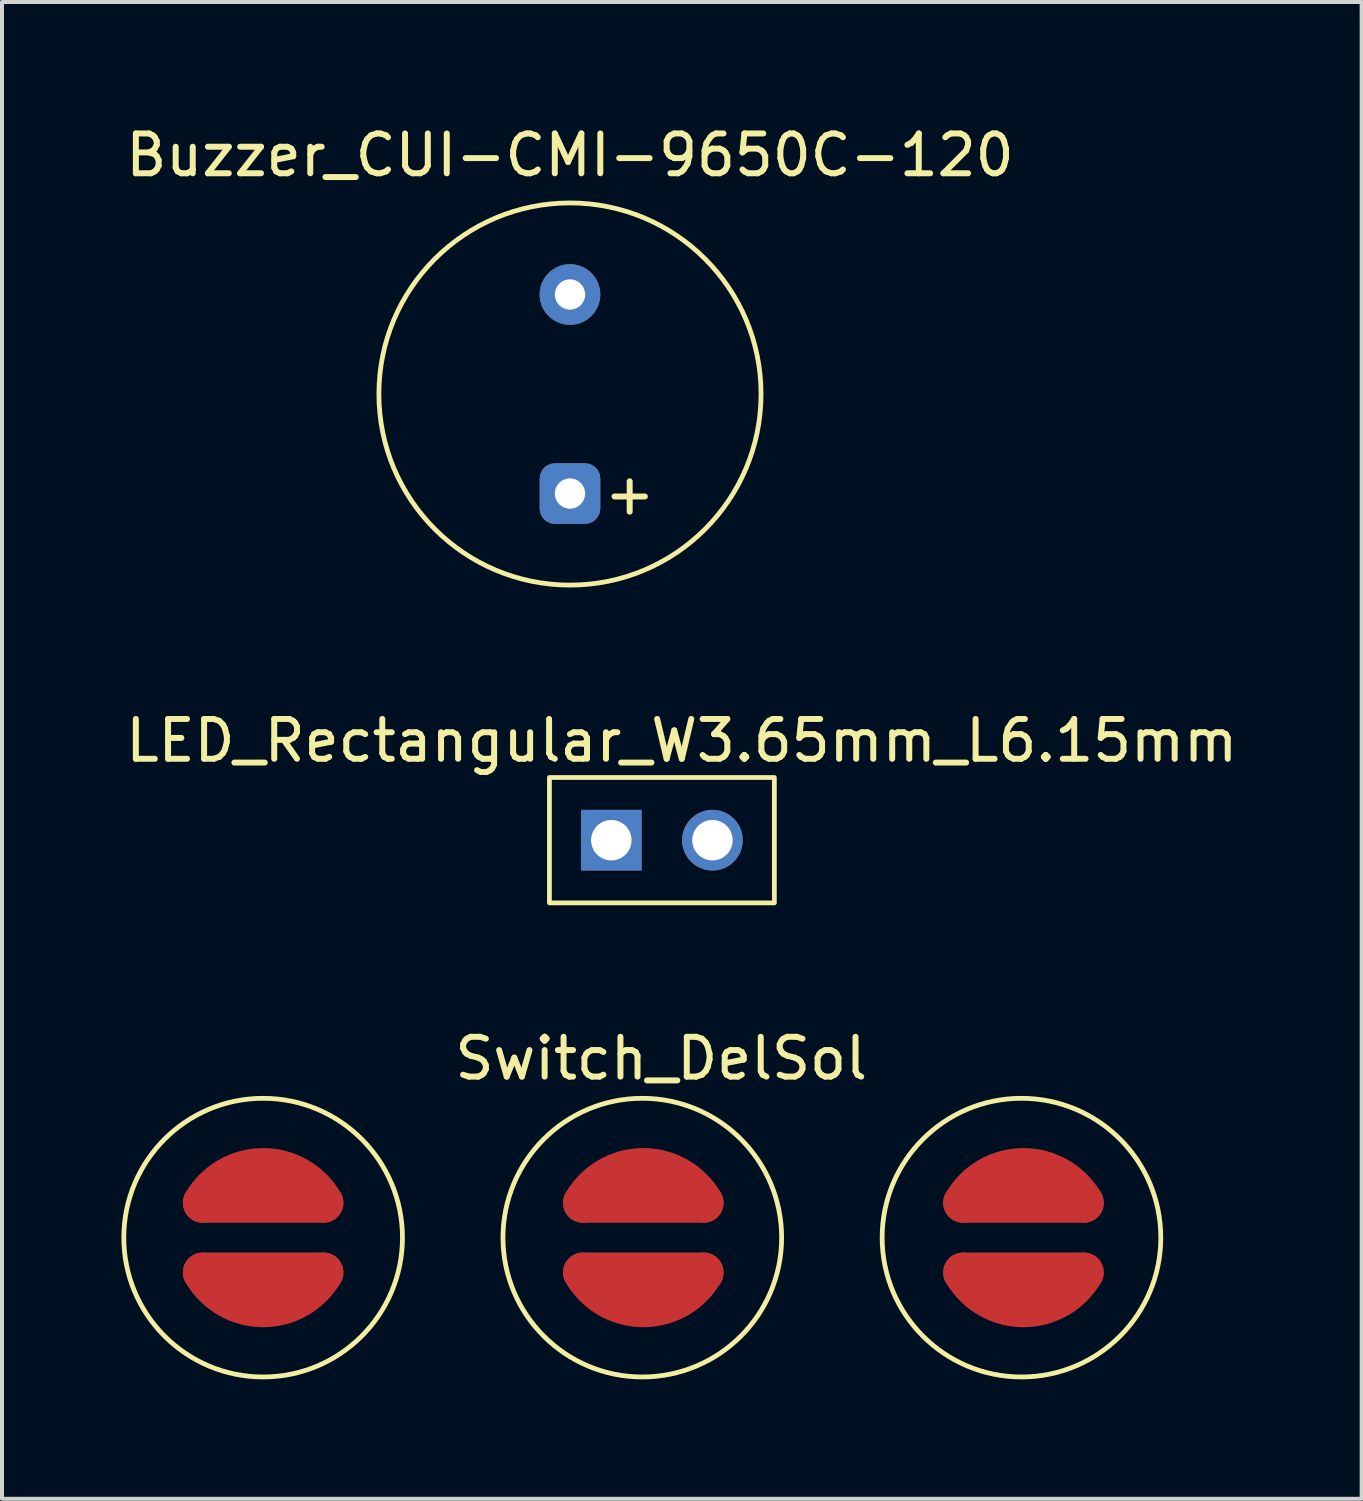
<source format=kicad_pcb>
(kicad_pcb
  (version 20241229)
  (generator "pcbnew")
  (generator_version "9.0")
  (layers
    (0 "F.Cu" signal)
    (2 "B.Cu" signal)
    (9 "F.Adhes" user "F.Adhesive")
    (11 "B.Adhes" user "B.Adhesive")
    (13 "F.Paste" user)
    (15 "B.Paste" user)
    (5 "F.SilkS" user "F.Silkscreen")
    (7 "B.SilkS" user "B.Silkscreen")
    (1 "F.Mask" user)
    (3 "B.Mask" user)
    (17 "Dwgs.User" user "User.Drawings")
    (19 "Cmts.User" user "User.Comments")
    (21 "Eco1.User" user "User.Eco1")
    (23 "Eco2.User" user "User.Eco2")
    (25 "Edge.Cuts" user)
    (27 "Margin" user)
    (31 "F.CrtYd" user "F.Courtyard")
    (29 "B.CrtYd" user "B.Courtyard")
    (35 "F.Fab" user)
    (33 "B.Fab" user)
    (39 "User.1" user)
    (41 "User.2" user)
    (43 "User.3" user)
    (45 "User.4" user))
  (footprint "Switch_DelSol"
    (layer "F.Cu")
    (at 3.56 28.04)
    (property "Reference" "Switch_DelSol" (at 10 -4.5 0) (unlocked yes) (layer "F.SilkS") (effects (font (size 1 1) (thickness 0.15))))
    (attr smd)
    (fp_line (start -1.516 -0.875) (end 1.516 -0.875) (stroke (width 1) (type solid)) (layer "F.Cu"))
    (fp_line (start 1.516 0.875) (end -1.516 0.875) (stroke (width 1) (type solid)) (layer "F.Cu"))
    (fp_line (start 8.034 -0.875) (end 11.066 -0.875) (stroke (width 1) (type solid)) (layer "F.Cu"))
    (fp_line (start 11.066 0.875) (end 8.034 0.875) (stroke (width 1) (type solid)) (layer "F.Cu"))
    (fp_line (start 17.584 -0.875) (end 20.616 -0.875) (stroke (width 1) (type solid)) (layer "F.Cu"))
    (fp_line (start 20.616 0.875) (end 17.584 0.875) (stroke (width 1) (type solid)) (layer "F.Cu"))
    (fp_arc (start -1.516 -0.875) (mid 0 -1.750263) (end 1.516 -0.875) (stroke (width 1) (type solid)) (layer "F.Cu"))
    (fp_arc (start 1.516 0.875) (mid 0 1.750263) (end -1.516 0.875) (stroke (width 1) (type solid)) (layer "F.Cu"))
    (fp_arc (start 8.034 -0.875) (mid 9.55 -1.750263) (end 11.066 -0.875) (stroke (width 1) (type solid)) (layer "F.Cu"))
    (fp_arc (start 11.066 0.875) (mid 9.55 1.750263) (end 8.034 0.875) (stroke (width 1) (type solid)) (layer "F.Cu"))
    (fp_arc (start 17.584 -0.875) (mid 19.1 -1.750263) (end 20.616 -0.875) (stroke (width 1) (type solid)) (layer "F.Cu"))
    (fp_arc (start 20.616 0.875) (mid 19.1 1.750263) (end 17.584 0.875) (stroke (width 1) (type solid)) (layer "F.Cu"))
    (fp_poly (pts (arc (start 1.516 -0.875) (mid 0 -1.750263) (end -1.516 -0.875))) (stroke (width 1) (type solid)) (fill no) (layer "F.Mask"))
    (fp_poly (pts (arc (start 1.516 0.875) (mid 0 1.750263) (end -1.516 0.875))) (stroke (width 1) (type solid)) (fill no) (layer "F.Mask"))
    (fp_poly (pts (arc (start 8.034 0.875) (mid 9.55 1.750263) (end 11.066 0.875))) (stroke (width 1) (type solid)) (fill no) (layer "F.Mask"))
    (fp_poly (pts (arc (start 11.066 -0.875) (mid 9.55 -1.750263) (end 8.034 -0.875))) (stroke (width 1) (type solid)) (fill no) (layer "F.Mask"))
    (fp_poly (pts (arc (start 17.584 0.875) (mid 19.1 1.750263) (end 20.616 0.875))) (stroke (width 1) (type solid)) (fill no) (layer "F.Mask"))
    (fp_poly (pts (arc (start 20.616 -0.875) (mid 19.1 -1.750263) (end 17.584 -0.875))) (stroke (width 1) (type solid)) (fill no) (layer "F.Mask"))
    (fp_circle (center 0 0) (end 3.5 0) (stroke (width 0.12) (type solid)) (fill no) (layer "F.SilkS"))
    (fp_circle (center 9.525 0) (end 13.025 0) (stroke (width 0.12) (type solid)) (fill no) (layer "F.SilkS"))
    (fp_circle (center 19.05 0) (end 22.55 0) (stroke (width 0.12) (type solid)) (fill no) (layer "F.SilkS"))
    (pad "1" smd circle (at 0 -1.5) (size 1 1) (layers "F.Cu" "F.Mask" "F.Paste"))
    (pad "2" smd circle (at 0 1.5) (size 1 1) (layers "F.Cu" "F.Mask" "F.Paste"))
    (pad "3" smd circle (at 9.5 -1.5) (size 1 1) (layers "F.Cu" "F.Mask" "F.Paste"))
    (pad "4" smd circle (at 9.5 1.5) (size 1 1) (layers "F.Cu" "F.Mask" "F.Paste"))
    (pad "5" smd circle (at 19 -1.5) (size 1 1) (layers "F.Cu" "F.Mask" "F.Paste"))
    (pad "6" smd circle (at 19 1.5) (size 1 1) (layers "F.Cu" "F.Mask" "F.Paste")))
  (footprint "LED_Rectangular_W3.65mm_L6.15mm"
    (layer "F.Cu")
    (at 13.577 18.056)
    (property "Reference" "LED_Rectangular_W3.65mm_L6.15mm" (at 0.5 -2.5 0) (unlocked yes) (layer "F.SilkS") (effects (font (size 1 1) (thickness 0.15))))
    (attr through_hole)
    (fp_rect (start 2.825 1.575) (end -2.825 -1.575) (stroke (width 0.12) (type solid)) (fill no) (layer "F.SilkS"))
    (pad "1" thru_hole rect (at -1.27 0) (size 1.524 1.524) (drill 1.016) (layers "*.Cu" "*.Mask"))
    (pad "2" thru_hole circle (at 1.27 0) (size 1.524 1.524) (drill 1.016) (layers "*.Cu" "*.Mask")))
  (footprint "Buzzer_CUI-CMI-9650C-120"
    (layer "F.Cu")
    (at 11.268 6.848)
    (property "Reference" "Buzzer_CUI-CMI-9650C-120" (at 0 -6 0) (unlocked yes) (layer "F.SilkS") (effects (font (size 1 1) (thickness 0.15))))
    (attr through_hole)
    (fp_circle (center 0 0) (end 4.8 0) (stroke (width 0.12) (type solid)) (fill no) (layer "F.SilkS"))
    (fp_text user "+" (at 1.5 2.5 0) (unlocked yes) (layer "F.SilkS") (effects (font (size 1 1) (thickness 0.15))))
    (pad "1" thru_hole roundrect (at 0 2.5) (size 1.524 1.524) (drill 0.762) (layers "*.Cu" "*.Mask") (roundrect_rratio 0.25))
    (pad "2" thru_hole circle (at 0 -2.5) (size 1.524 1.524) (drill 0.762) (layers "*.Cu" "*.Mask")))
  (gr_rect
    (start -3 -3)
    (end 31.155 34.6)
    (stroke (width 0.1) (type default))
    (fill no)
    (layer "Edge.Cuts")))
</source>
